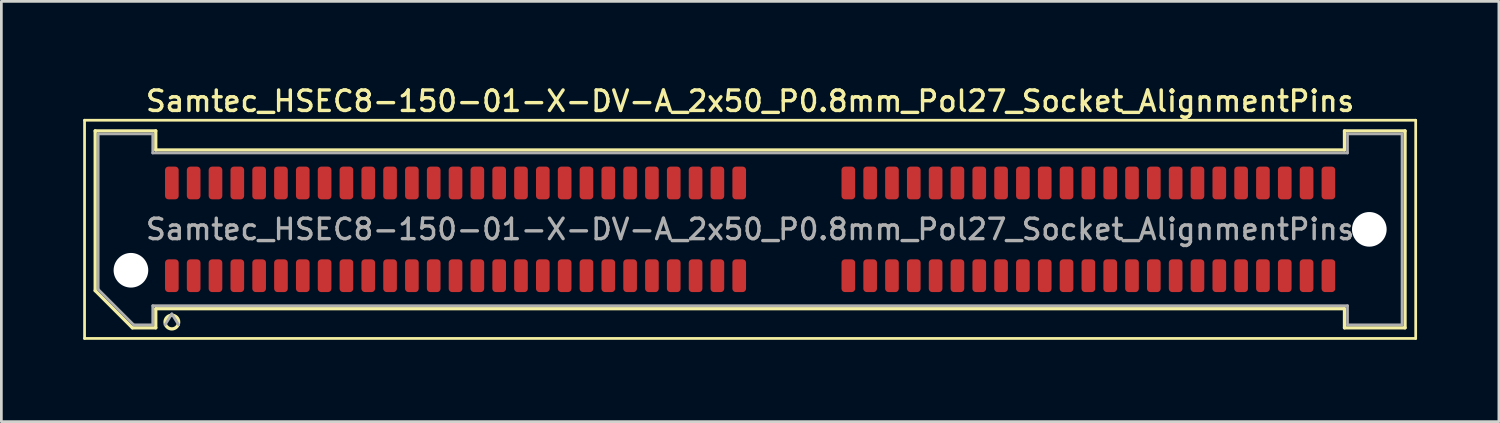
<source format=kicad_pcb>
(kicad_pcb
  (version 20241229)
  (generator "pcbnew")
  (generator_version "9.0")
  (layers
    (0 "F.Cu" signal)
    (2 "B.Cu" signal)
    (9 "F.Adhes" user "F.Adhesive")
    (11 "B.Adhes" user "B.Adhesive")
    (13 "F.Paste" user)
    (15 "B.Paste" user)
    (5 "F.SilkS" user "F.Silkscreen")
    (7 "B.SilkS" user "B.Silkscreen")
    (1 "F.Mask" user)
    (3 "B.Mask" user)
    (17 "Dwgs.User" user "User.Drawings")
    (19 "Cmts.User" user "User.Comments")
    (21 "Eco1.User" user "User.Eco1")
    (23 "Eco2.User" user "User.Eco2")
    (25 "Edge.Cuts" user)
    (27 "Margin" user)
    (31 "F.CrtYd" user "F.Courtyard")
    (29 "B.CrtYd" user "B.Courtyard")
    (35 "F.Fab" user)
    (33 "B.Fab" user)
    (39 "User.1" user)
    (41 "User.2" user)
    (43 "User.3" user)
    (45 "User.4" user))
  (footprint "Samtec_HSEC8-150-01-X-DV-A_2x50_P0.8mm_Pol27_Socket_AlignmentPins"
    (layer "F.Cu")
    (at 24.45 5.358)
    (property "Reference" "Samtec_HSEC8-150-01-X-DV-A_2x50_P0.8mm_Pol27_Socket_AlignmentPins" (at 0 -4.7 0) (layer "F.SilkS") (effects (font (size 0.75 0.75) (thickness 0.125))))
    (attr smd)
    (fp_line (start -24.4 -4) (end -24.4 4) (stroke (width 0.1) (type solid)) (layer "F.SilkS"))
    (fp_line (start -24.4 4) (end 24.4 4) (stroke (width 0.1) (type solid)) (layer "F.SilkS"))
    (fp_line (start -24.01 -3.61) (end -21.79 -3.61) (stroke (width 0.12) (type solid)) (layer "F.SilkS"))
    (fp_line (start -24.01 2.246) (end -24.01 -3.61) (stroke (width 0.12) (type solid)) (layer "F.SilkS"))
    (fp_line (start -22.646 3.61) (end -24.01 2.246) (stroke (width 0.12) (type solid)) (layer "F.SilkS"))
    (fp_line (start -21.79 -3.61) (end -21.79 -2.91) (stroke (width 0.12) (type solid)) (layer "F.SilkS"))
    (fp_line (start -21.79 -2.91) (end 21.79 -2.91) (stroke (width 0.12) (type solid)) (layer "F.SilkS"))
    (fp_line (start -21.79 2.91) (end -21.79 3.61) (stroke (width 0.12) (type solid)) (layer "F.SilkS"))
    (fp_line (start -21.79 3.61) (end -22.646 3.61) (stroke (width 0.12) (type solid)) (layer "F.SilkS"))
    (fp_line (start 21.79 -3.61) (end 24.01 -3.61) (stroke (width 0.12) (type solid)) (layer "F.SilkS"))
    (fp_line (start 21.79 -2.91) (end 21.79 -3.61) (stroke (width 0.12) (type solid)) (layer "F.SilkS"))
    (fp_line (start 21.79 2.91) (end -21.79 2.91) (stroke (width 0.12) (type solid)) (layer "F.SilkS"))
    (fp_line (start 21.79 3.61) (end 21.79 2.91) (stroke (width 0.12) (type solid)) (layer "F.SilkS"))
    (fp_line (start 24.01 -3.61) (end 24.01 3.61) (stroke (width 0.12) (type solid)) (layer "F.SilkS"))
    (fp_line (start 24.01 3.61) (end 21.79 3.61) (stroke (width 0.12) (type solid)) (layer "F.SilkS"))
    (fp_line (start 24.4 -4) (end -24.4 -4) (stroke (width 0.1) (type solid)) (layer "F.SilkS"))
    (fp_line (start 24.4 4) (end 24.4 -4) (stroke (width 0.1) (type solid)) (layer "F.SilkS"))
    (fp_arc (start -20.95 3.4) (mid -21.45 3.4) (end -20.95 3.4) (stroke (width 0.12) (type solid)) (layer "F.SilkS"))
    (fp_line (start -23.9 -3.5) (end -21.9 -3.5) (stroke (width 0.1) (type solid)) (layer "F.Fab"))
    (fp_line (start -23.9 2.2) (end -23.9 -3.5) (stroke (width 0.1) (type solid)) (layer "F.Fab"))
    (fp_line (start -22.6 3.5) (end -23.9 2.2) (stroke (width 0.1) (type solid)) (layer "F.Fab"))
    (fp_line (start -21.9 -3.5) (end -21.9 -2.8) (stroke (width 0.1) (type solid)) (layer "F.Fab"))
    (fp_line (start -21.9 -2.8) (end 21.9 -2.8) (stroke (width 0.1) (type solid)) (layer "F.Fab"))
    (fp_line (start -21.9 2.8) (end -21.9 3.5) (stroke (width 0.1) (type solid)) (layer "F.Fab"))
    (fp_line (start -21.9 3.5) (end -22.6 3.5) (stroke (width 0.1) (type solid)) (layer "F.Fab"))
    (fp_line (start -21.2 3.1) (end -21.45 3.5) (stroke (width 0.1) (type solid)) (layer "F.Fab"))
    (fp_line (start -21.2 3.1) (end -20.95 3.5) (stroke (width 0.1) (type solid)) (layer "F.Fab"))
    (fp_line (start 21.9 -3.5) (end 23.9 -3.5) (stroke (width 0.1) (type solid)) (layer "F.Fab"))
    (fp_line (start 21.9 -2.8) (end 21.9 -3.5) (stroke (width 0.1) (type solid)) (layer "F.Fab"))
    (fp_line (start 21.9 2.8) (end -21.9 2.8) (stroke (width 0.1) (type solid)) (layer "F.Fab"))
    (fp_line (start 21.9 3.5) (end 21.9 2.8) (stroke (width 0.1) (type solid)) (layer "F.Fab"))
    (fp_line (start 23.9 -3.5) (end 23.9 3.5) (stroke (width 0.1) (type solid)) (layer "F.Fab"))
    (fp_line (start 23.9 3.5) (end 21.9 3.5) (stroke (width 0.1) (type solid)) (layer "F.Fab"))
    (fp_text user "${REFERENCE}" (at 0 0 0) (layer "F.Fab") (effects (font (size 0.75 0.75) (thickness 0.125))))
    (pad "" np_thru_hole circle (at -22.7 1.5) (size 1.27 1.27) (drill 1.27) (layers "*.Cu" "*.Mask"))
    (pad "" np_thru_hole circle (at 22.7 0) (size 1.27 1.27) (drill 1.27) (layers "*.Cu" "*.Mask"))
    (pad "1" smd roundrect (at -21.2 1.7) (size 0.5 1.2) (layers "F.Cu" "F.Mask" "F.Paste") (roundrect_rratio 0.25))
    (pad "2" smd roundrect (at -21.2 -1.7) (size 0.5 1.2) (layers "F.Cu" "F.Mask" "F.Paste") (roundrect_rratio 0.25))
    (pad "3" smd roundrect (at -20.4 1.7) (size 0.5 1.2) (layers "F.Cu" "F.Mask" "F.Paste") (roundrect_rratio 0.25))
    (pad "4" smd roundrect (at -20.4 -1.7) (size 0.5 1.2) (layers "F.Cu" "F.Mask" "F.Paste") (roundrect_rratio 0.25))
    (pad "5" smd roundrect (at -19.6 1.7) (size 0.5 1.2) (layers "F.Cu" "F.Mask" "F.Paste") (roundrect_rratio 0.25))
    (pad "6" smd roundrect (at -19.6 -1.7) (size 0.5 1.2) (layers "F.Cu" "F.Mask" "F.Paste") (roundrect_rratio 0.25))
    (pad "7" smd roundrect (at -18.8 1.7) (size 0.5 1.2) (layers "F.Cu" "F.Mask" "F.Paste") (roundrect_rratio 0.25))
    (pad "8" smd roundrect (at -18.8 -1.7) (size 0.5 1.2) (layers "F.Cu" "F.Mask" "F.Paste") (roundrect_rratio 0.25))
    (pad "9" smd roundrect (at -18 1.7) (size 0.5 1.2) (layers "F.Cu" "F.Mask" "F.Paste") (roundrect_rratio 0.25))
    (pad "10" smd roundrect (at -18 -1.7) (size 0.5 1.2) (layers "F.Cu" "F.Mask" "F.Paste") (roundrect_rratio 0.25))
    (pad "11" smd roundrect (at -17.2 1.7) (size 0.5 1.2) (layers "F.Cu" "F.Mask" "F.Paste") (roundrect_rratio 0.25))
    (pad "12" smd roundrect (at -17.2 -1.7) (size 0.5 1.2) (layers "F.Cu" "F.Mask" "F.Paste") (roundrect_rratio 0.25))
    (pad "13" smd roundrect (at -16.4 1.7) (size 0.5 1.2) (layers "F.Cu" "F.Mask" "F.Paste") (roundrect_rratio 0.25))
    (pad "14" smd roundrect (at -16.4 -1.7) (size 0.5 1.2) (layers "F.Cu" "F.Mask" "F.Paste") (roundrect_rratio 0.25))
    (pad "15" smd roundrect (at -15.6 1.7) (size 0.5 1.2) (layers "F.Cu" "F.Mask" "F.Paste") (roundrect_rratio 0.25))
    (pad "16" smd roundrect (at -15.6 -1.7) (size 0.5 1.2) (layers "F.Cu" "F.Mask" "F.Paste") (roundrect_rratio 0.25))
    (pad "17" smd roundrect (at -14.8 1.7) (size 0.5 1.2) (layers "F.Cu" "F.Mask" "F.Paste") (roundrect_rratio 0.25))
    (pad "18" smd roundrect (at -14.8 -1.7) (size 0.5 1.2) (layers "F.Cu" "F.Mask" "F.Paste") (roundrect_rratio 0.25))
    (pad "19" smd roundrect (at -14 1.7) (size 0.5 1.2) (layers "F.Cu" "F.Mask" "F.Paste") (roundrect_rratio 0.25))
    (pad "20" smd roundrect (at -14 -1.7) (size 0.5 1.2) (layers "F.Cu" "F.Mask" "F.Paste") (roundrect_rratio 0.25))
    (pad "21" smd roundrect (at -13.2 1.7) (size 0.5 1.2) (layers "F.Cu" "F.Mask" "F.Paste") (roundrect_rratio 0.25))
    (pad "22" smd roundrect (at -13.2 -1.7) (size 0.5 1.2) (layers "F.Cu" "F.Mask" "F.Paste") (roundrect_rratio 0.25))
    (pad "23" smd roundrect (at -12.4 1.7) (size 0.5 1.2) (layers "F.Cu" "F.Mask" "F.Paste") (roundrect_rratio 0.25))
    (pad "24" smd roundrect (at -12.4 -1.7) (size 0.5 1.2) (layers "F.Cu" "F.Mask" "F.Paste") (roundrect_rratio 0.25))
    (pad "25" smd roundrect (at -11.6 1.7) (size 0.5 1.2) (layers "F.Cu" "F.Mask" "F.Paste") (roundrect_rratio 0.25))
    (pad "26" smd roundrect (at -11.6 -1.7) (size 0.5 1.2) (layers "F.Cu" "F.Mask" "F.Paste") (roundrect_rratio 0.25))
    (pad "27" smd roundrect (at -10.8 1.7) (size 0.5 1.2) (layers "F.Cu" "F.Mask" "F.Paste") (roundrect_rratio 0.25))
    (pad "28" smd roundrect (at -10.8 -1.7) (size 0.5 1.2) (layers "F.Cu" "F.Mask" "F.Paste") (roundrect_rratio 0.25))
    (pad "29" smd roundrect (at -10 1.7) (size 0.5 1.2) (layers "F.Cu" "F.Mask" "F.Paste") (roundrect_rratio 0.25))
    (pad "30" smd roundrect (at -10 -1.7) (size 0.5 1.2) (layers "F.Cu" "F.Mask" "F.Paste") (roundrect_rratio 0.25))
    (pad "31" smd roundrect (at -9.2 1.7) (size 0.5 1.2) (layers "F.Cu" "F.Mask" "F.Paste") (roundrect_rratio 0.25))
    (pad "32" smd roundrect (at -9.2 -1.7) (size 0.5 1.2) (layers "F.Cu" "F.Mask" "F.Paste") (roundrect_rratio 0.25))
    (pad "33" smd roundrect (at -8.4 1.7) (size 0.5 1.2) (layers "F.Cu" "F.Mask" "F.Paste") (roundrect_rratio 0.25))
    (pad "34" smd roundrect (at -8.4 -1.7) (size 0.5 1.2) (layers "F.Cu" "F.Mask" "F.Paste") (roundrect_rratio 0.25))
    (pad "35" smd roundrect (at -7.6 1.7) (size 0.5 1.2) (layers "F.Cu" "F.Mask" "F.Paste") (roundrect_rratio 0.25))
    (pad "36" smd roundrect (at -7.6 -1.7) (size 0.5 1.2) (layers "F.Cu" "F.Mask" "F.Paste") (roundrect_rratio 0.25))
    (pad "37" smd roundrect (at -6.8 1.7) (size 0.5 1.2) (layers "F.Cu" "F.Mask" "F.Paste") (roundrect_rratio 0.25))
    (pad "38" smd roundrect (at -6.8 -1.7) (size 0.5 1.2) (layers "F.Cu" "F.Mask" "F.Paste") (roundrect_rratio 0.25))
    (pad "39" smd roundrect (at -6 1.7) (size 0.5 1.2) (layers "F.Cu" "F.Mask" "F.Paste") (roundrect_rratio 0.25))
    (pad "40" smd roundrect (at -6 -1.7) (size 0.5 1.2) (layers "F.Cu" "F.Mask" "F.Paste") (roundrect_rratio 0.25))
    (pad "41" smd roundrect (at -5.2 1.7) (size 0.5 1.2) (layers "F.Cu" "F.Mask" "F.Paste") (roundrect_rratio 0.25))
    (pad "42" smd roundrect (at -5.2 -1.7) (size 0.5 1.2) (layers "F.Cu" "F.Mask" "F.Paste") (roundrect_rratio 0.25))
    (pad "43" smd roundrect (at -4.4 1.7) (size 0.5 1.2) (layers "F.Cu" "F.Mask" "F.Paste") (roundrect_rratio 0.25))
    (pad "44" smd roundrect (at -4.4 -1.7) (size 0.5 1.2) (layers "F.Cu" "F.Mask" "F.Paste") (roundrect_rratio 0.25))
    (pad "45" smd roundrect (at -3.6 1.7) (size 0.5 1.2) (layers "F.Cu" "F.Mask" "F.Paste") (roundrect_rratio 0.25))
    (pad "46" smd roundrect (at -3.6 -1.7) (size 0.5 1.2) (layers "F.Cu" "F.Mask" "F.Paste") (roundrect_rratio 0.25))
    (pad "47" smd roundrect (at -2.8 1.7) (size 0.5 1.2) (layers "F.Cu" "F.Mask" "F.Paste") (roundrect_rratio 0.25))
    (pad "48" smd roundrect (at -2.8 -1.7) (size 0.5 1.2) (layers "F.Cu" "F.Mask" "F.Paste") (roundrect_rratio 0.25))
    (pad "49" smd roundrect (at -2 1.7) (size 0.5 1.2) (layers "F.Cu" "F.Mask" "F.Paste") (roundrect_rratio 0.25))
    (pad "50" smd roundrect (at -2 -1.7) (size 0.5 1.2) (layers "F.Cu" "F.Mask" "F.Paste") (roundrect_rratio 0.25))
    (pad "51" smd roundrect (at -1.2 1.7) (size 0.5 1.2) (layers "F.Cu" "F.Mask" "F.Paste") (roundrect_rratio 0.25))
    (pad "52" smd roundrect (at -1.2 -1.7) (size 0.5 1.2) (layers "F.Cu" "F.Mask" "F.Paste") (roundrect_rratio 0.25))
    (pad "53" smd roundrect (at -0.4 1.7) (size 0.5 1.2) (layers "F.Cu" "F.Mask" "F.Paste") (roundrect_rratio 0.25))
    (pad "54" smd roundrect (at -0.4 -1.7) (size 0.5 1.2) (layers "F.Cu" "F.Mask" "F.Paste") (roundrect_rratio 0.25))
    (pad "55" smd roundrect (at 3.6 1.7) (size 0.5 1.2) (layers "F.Cu" "F.Mask" "F.Paste") (roundrect_rratio 0.25))
    (pad "56" smd roundrect (at 3.6 -1.7) (size 0.5 1.2) (layers "F.Cu" "F.Mask" "F.Paste") (roundrect_rratio 0.25))
    (pad "57" smd roundrect (at 4.4 1.7) (size 0.5 1.2) (layers "F.Cu" "F.Mask" "F.Paste") (roundrect_rratio 0.25))
    (pad "58" smd roundrect (at 4.4 -1.7) (size 0.5 1.2) (layers "F.Cu" "F.Mask" "F.Paste") (roundrect_rratio 0.25))
    (pad "59" smd roundrect (at 5.2 1.7) (size 0.5 1.2) (layers "F.Cu" "F.Mask" "F.Paste") (roundrect_rratio 0.25))
    (pad "60" smd roundrect (at 5.2 -1.7) (size 0.5 1.2) (layers "F.Cu" "F.Mask" "F.Paste") (roundrect_rratio 0.25))
    (pad "61" smd roundrect (at 6 1.7) (size 0.5 1.2) (layers "F.Cu" "F.Mask" "F.Paste") (roundrect_rratio 0.25))
    (pad "62" smd roundrect (at 6 -1.7) (size 0.5 1.2) (layers "F.Cu" "F.Mask" "F.Paste") (roundrect_rratio 0.25))
    (pad "63" smd roundrect (at 6.8 1.7) (size 0.5 1.2) (layers "F.Cu" "F.Mask" "F.Paste") (roundrect_rratio 0.25))
    (pad "64" smd roundrect (at 6.8 -1.7) (size 0.5 1.2) (layers "F.Cu" "F.Mask" "F.Paste") (roundrect_rratio 0.25))
    (pad "65" smd roundrect (at 7.6 1.7) (size 0.5 1.2) (layers "F.Cu" "F.Mask" "F.Paste") (roundrect_rratio 0.25))
    (pad "66" smd roundrect (at 7.6 -1.7) (size 0.5 1.2) (layers "F.Cu" "F.Mask" "F.Paste") (roundrect_rratio 0.25))
    (pad "67" smd roundrect (at 8.4 1.7) (size 0.5 1.2) (layers "F.Cu" "F.Mask" "F.Paste") (roundrect_rratio 0.25))
    (pad "68" smd roundrect (at 8.4 -1.7) (size 0.5 1.2) (layers "F.Cu" "F.Mask" "F.Paste") (roundrect_rratio 0.25))
    (pad "69" smd roundrect (at 9.2 1.7) (size 0.5 1.2) (layers "F.Cu" "F.Mask" "F.Paste") (roundrect_rratio 0.25))
    (pad "70" smd roundrect (at 9.2 -1.7) (size 0.5 1.2) (layers "F.Cu" "F.Mask" "F.Paste") (roundrect_rratio 0.25))
    (pad "71" smd roundrect (at 10 1.7) (size 0.5 1.2) (layers "F.Cu" "F.Mask" "F.Paste") (roundrect_rratio 0.25))
    (pad "72" smd roundrect (at 10 -1.7) (size 0.5 1.2) (layers "F.Cu" "F.Mask" "F.Paste") (roundrect_rratio 0.25))
    (pad "73" smd roundrect (at 10.8 1.7) (size 0.5 1.2) (layers "F.Cu" "F.Mask" "F.Paste") (roundrect_rratio 0.25))
    (pad "74" smd roundrect (at 10.8 -1.7) (size 0.5 1.2) (layers "F.Cu" "F.Mask" "F.Paste") (roundrect_rratio 0.25))
    (pad "75" smd roundrect (at 11.6 1.7) (size 0.5 1.2) (layers "F.Cu" "F.Mask" "F.Paste") (roundrect_rratio 0.25))
    (pad "76" smd roundrect (at 11.6 -1.7) (size 0.5 1.2) (layers "F.Cu" "F.Mask" "F.Paste") (roundrect_rratio 0.25))
    (pad "77" smd roundrect (at 12.4 1.7) (size 0.5 1.2) (layers "F.Cu" "F.Mask" "F.Paste") (roundrect_rratio 0.25))
    (pad "78" smd roundrect (at 12.4 -1.7) (size 0.5 1.2) (layers "F.Cu" "F.Mask" "F.Paste") (roundrect_rratio 0.25))
    (pad "79" smd roundrect (at 13.2 1.7) (size 0.5 1.2) (layers "F.Cu" "F.Mask" "F.Paste") (roundrect_rratio 0.25))
    (pad "80" smd roundrect (at 13.2 -1.7) (size 0.5 1.2) (layers "F.Cu" "F.Mask" "F.Paste") (roundrect_rratio 0.25))
    (pad "81" smd roundrect (at 14 1.7) (size 0.5 1.2) (layers "F.Cu" "F.Mask" "F.Paste") (roundrect_rratio 0.25))
    (pad "82" smd roundrect (at 14 -1.7) (size 0.5 1.2) (layers "F.Cu" "F.Mask" "F.Paste") (roundrect_rratio 0.25))
    (pad "83" smd roundrect (at 14.8 1.7) (size 0.5 1.2) (layers "F.Cu" "F.Mask" "F.Paste") (roundrect_rratio 0.25))
    (pad "84" smd roundrect (at 14.8 -1.7) (size 0.5 1.2) (layers "F.Cu" "F.Mask" "F.Paste") (roundrect_rratio 0.25))
    (pad "85" smd roundrect (at 15.6 1.7) (size 0.5 1.2) (layers "F.Cu" "F.Mask" "F.Paste") (roundrect_rratio 0.25))
    (pad "86" smd roundrect (at 15.6 -1.7) (size 0.5 1.2) (layers "F.Cu" "F.Mask" "F.Paste") (roundrect_rratio 0.25))
    (pad "87" smd roundrect (at 16.4 1.7) (size 0.5 1.2) (layers "F.Cu" "F.Mask" "F.Paste") (roundrect_rratio 0.25))
    (pad "88" smd roundrect (at 16.4 -1.7) (size 0.5 1.2) (layers "F.Cu" "F.Mask" "F.Paste") (roundrect_rratio 0.25))
    (pad "89" smd roundrect (at 17.2 1.7) (size 0.5 1.2) (layers "F.Cu" "F.Mask" "F.Paste") (roundrect_rratio 0.25))
    (pad "90" smd roundrect (at 17.2 -1.7) (size 0.5 1.2) (layers "F.Cu" "F.Mask" "F.Paste") (roundrect_rratio 0.25))
    (pad "91" smd roundrect (at 18 1.7) (size 0.5 1.2) (layers "F.Cu" "F.Mask" "F.Paste") (roundrect_rratio 0.25))
    (pad "92" smd roundrect (at 18 -1.7) (size 0.5 1.2) (layers "F.Cu" "F.Mask" "F.Paste") (roundrect_rratio 0.25))
    (pad "93" smd roundrect (at 18.8 1.7) (size 0.5 1.2) (layers "F.Cu" "F.Mask" "F.Paste") (roundrect_rratio 0.25))
    (pad "94" smd roundrect (at 18.8 -1.7) (size 0.5 1.2) (layers "F.Cu" "F.Mask" "F.Paste") (roundrect_rratio 0.25))
    (pad "95" smd roundrect (at 19.6 1.7) (size 0.5 1.2) (layers "F.Cu" "F.Mask" "F.Paste") (roundrect_rratio 0.25))
    (pad "96" smd roundrect (at 19.6 -1.7) (size 0.5 1.2) (layers "F.Cu" "F.Mask" "F.Paste") (roundrect_rratio 0.25))
    (pad "97" smd roundrect (at 20.4 1.7) (size 0.5 1.2) (layers "F.Cu" "F.Mask" "F.Paste") (roundrect_rratio 0.25))
    (pad "98" smd roundrect (at 20.4 -1.7) (size 0.5 1.2) (layers "F.Cu" "F.Mask" "F.Paste") (roundrect_rratio 0.25))
    (pad "99" smd roundrect (at 21.2 1.7) (size 0.5 1.2) (layers "F.Cu" "F.Mask" "F.Paste") (roundrect_rratio 0.25))
    (pad "100" smd roundrect (at 21.2 -1.7) (size 0.5 1.2) (layers "F.Cu" "F.Mask" "F.Paste") (roundrect_rratio 0.25)))
  (gr_rect
    (start -3 -3)
    (end 51.9 12.408)
    (stroke (width 0.1) (type default))
    (fill no)
    (layer "Edge.Cuts")))
</source>
